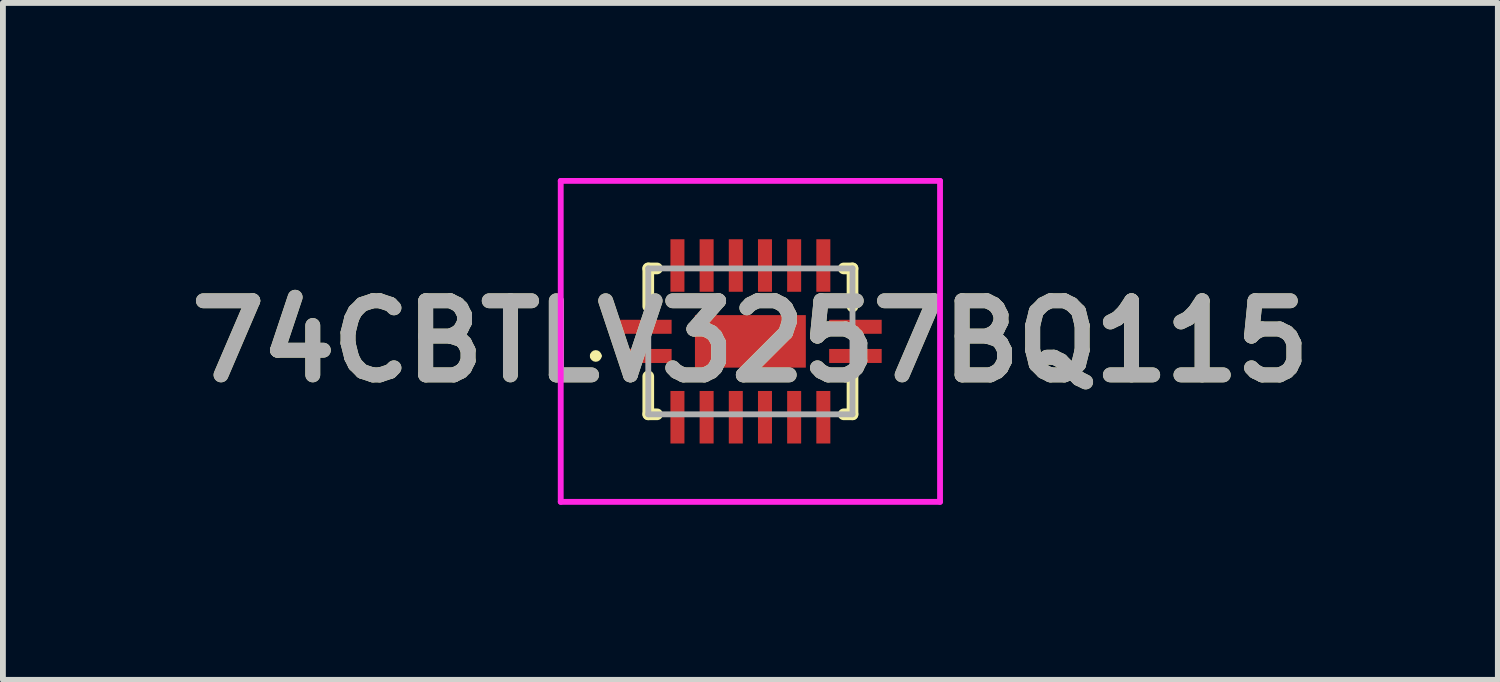
<source format=kicad_pcb>
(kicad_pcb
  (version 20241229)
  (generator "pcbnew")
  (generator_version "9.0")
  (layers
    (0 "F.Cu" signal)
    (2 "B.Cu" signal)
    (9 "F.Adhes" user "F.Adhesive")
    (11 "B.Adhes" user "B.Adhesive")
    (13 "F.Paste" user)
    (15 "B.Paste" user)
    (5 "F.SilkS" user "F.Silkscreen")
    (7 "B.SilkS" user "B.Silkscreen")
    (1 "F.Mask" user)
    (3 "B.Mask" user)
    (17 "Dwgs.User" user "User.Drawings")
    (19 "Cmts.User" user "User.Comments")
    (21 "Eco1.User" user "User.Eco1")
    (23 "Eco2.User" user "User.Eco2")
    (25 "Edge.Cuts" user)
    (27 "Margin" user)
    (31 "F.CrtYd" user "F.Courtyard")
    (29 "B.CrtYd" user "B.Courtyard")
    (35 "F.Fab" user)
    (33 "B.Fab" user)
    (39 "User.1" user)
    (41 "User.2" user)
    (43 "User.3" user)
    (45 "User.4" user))
  (footprint "74CBTLV3257BQ115"
    (layer "F.Cu")
    (at 9.809 2.8)
    (property "Reference" "74CBTLV3257BQ115" (at 0 0 0) (layer "F.SilkS") (effects (font (size 1.27 1.27) (thickness 0.254))))
    (attr smd)
    (fp_line (start -2.7 0.25) (end -2.7 0.25) (stroke (width 0.1) (type solid)) (layer "F.SilkS"))
    (fp_line (start -2.6 0.25) (end -2.6 0.25) (stroke (width 0.1) (type solid)) (layer "F.SilkS"))
    (fp_line (start -1.75 -1.25) (end -1.6 -1.25) (stroke (width 0.2) (type solid)) (layer "F.SilkS"))
    (fp_line (start -1.75 -0.6) (end -1.75 -1.25) (stroke (width 0.2) (type solid)) (layer "F.SilkS"))
    (fp_line (start -1.75 0.6) (end -1.75 1.25) (stroke (width 0.2) (type solid)) (layer "F.SilkS"))
    (fp_line (start -1.75 1.25) (end -1.6 1.25) (stroke (width 0.2) (type solid)) (layer "F.SilkS"))
    (fp_line (start 1.6 -1.25) (end 1.75 -1.25) (stroke (width 0.2) (type solid)) (layer "F.SilkS"))
    (fp_line (start 1.75 -1.25) (end 1.75 -0.6) (stroke (width 0.2) (type solid)) (layer "F.SilkS"))
    (fp_line (start 1.75 0.6) (end 1.75 1.25) (stroke (width 0.2) (type solid)) (layer "F.SilkS"))
    (fp_line (start 1.75 1.25) (end 1.6 1.25) (stroke (width 0.2) (type solid)) (layer "F.SilkS"))
    (fp_arc (start -2.7 0.25) (mid -2.65 0.2) (end -2.6 0.25) (stroke (width 0.1) (type solid)) (layer "F.SilkS"))
    (fp_arc (start -2.6 0.25) (mid -2.65 0.3) (end -2.7 0.25) (stroke (width 0.1) (type solid)) (layer "F.SilkS"))
    (fp_line (start -3.25 -2.75) (end 3.25 -2.75) (stroke (width 0.1) (type solid)) (layer "F.CrtYd"))
    (fp_line (start -3.25 2.75) (end -3.25 -2.75) (stroke (width 0.1) (type solid)) (layer "F.CrtYd"))
    (fp_line (start 3.25 -2.75) (end 3.25 2.75) (stroke (width 0.1) (type solid)) (layer "F.CrtYd"))
    (fp_line (start 3.25 2.75) (end -3.25 2.75) (stroke (width 0.1) (type solid)) (layer "F.CrtYd"))
    (fp_line (start -1.75 -1.25) (end -1.75 1.25) (stroke (width 0.1) (type solid)) (layer "F.Fab"))
    (fp_line (start -1.75 1.25) (end 1.75 1.25) (stroke (width 0.1) (type solid)) (layer "F.Fab"))
    (fp_line (start 1.75 -1.25) (end -1.75 -1.25) (stroke (width 0.1) (type solid)) (layer "F.Fab"))
    (fp_line (start 1.75 1.25) (end 1.75 -1.25) (stroke (width 0.1) (type solid)) (layer "F.Fab"))
    (fp_text user "${REFERENCE}" (at 0 0 0) (layer "F.Fab") (effects (font (size 1.27 1.27) (thickness 0.254))))
    (pad "1" smd rect (at -1.8 0.25 90) (size 0.24 0.9) (layers "F.Cu" "F.Mask" "F.Paste"))
    (pad "2" smd rect (at -1.25 1.3) (size 0.24 0.9) (layers "F.Cu" "F.Mask" "F.Paste"))
    (pad "3" smd rect (at -0.75 1.3) (size 0.24 0.9) (layers "F.Cu" "F.Mask" "F.Paste"))
    (pad "4" smd rect (at -0.25 1.3) (size 0.24 0.9) (layers "F.Cu" "F.Mask" "F.Paste"))
    (pad "5" smd rect (at 0.25 1.3) (size 0.24 0.9) (layers "F.Cu" "F.Mask" "F.Paste"))
    (pad "6" smd rect (at 0.75 1.3) (size 0.24 0.9) (layers "F.Cu" "F.Mask" "F.Paste"))
    (pad "7" smd rect (at 1.25 1.3) (size 0.24 0.9) (layers "F.Cu" "F.Mask" "F.Paste"))
    (pad "8" smd rect (at 1.8 0.25 90) (size 0.24 0.9) (layers "F.Cu" "F.Mask" "F.Paste"))
    (pad "9" smd rect (at 1.8 -0.25 90) (size 0.24 0.9) (layers "F.Cu" "F.Mask" "F.Paste"))
    (pad "10" smd rect (at 1.25 -1.3) (size 0.24 0.9) (layers "F.Cu" "F.Mask" "F.Paste"))
    (pad "11" smd rect (at 0.75 -1.3) (size 0.24 0.9) (layers "F.Cu" "F.Mask" "F.Paste"))
    (pad "12" smd rect (at 0.25 -1.3) (size 0.24 0.9) (layers "F.Cu" "F.Mask" "F.Paste"))
    (pad "13" smd rect (at -0.25 -1.3) (size 0.24 0.9) (layers "F.Cu" "F.Mask" "F.Paste"))
    (pad "14" smd rect (at -0.75 -1.3) (size 0.24 0.9) (layers "F.Cu" "F.Mask" "F.Paste"))
    (pad "15" smd rect (at -1.25 -1.3) (size 0.24 0.9) (layers "F.Cu" "F.Mask" "F.Paste"))
    (pad "16" smd rect (at -1.8 -0.25 90) (size 0.24 0.9) (layers "F.Cu" "F.Mask" "F.Paste"))
    (pad "17" smd rect (at 0 0 90) (size 0.9 1.9) (layers "F.Cu" "F.Mask" "F.Paste")))
  (gr_rect
    (start -3 -3)
    (end 22.618 8.6)
    (stroke (width 0.1) (type default))
    (fill no)
    (layer "Edge.Cuts")))
</source>
